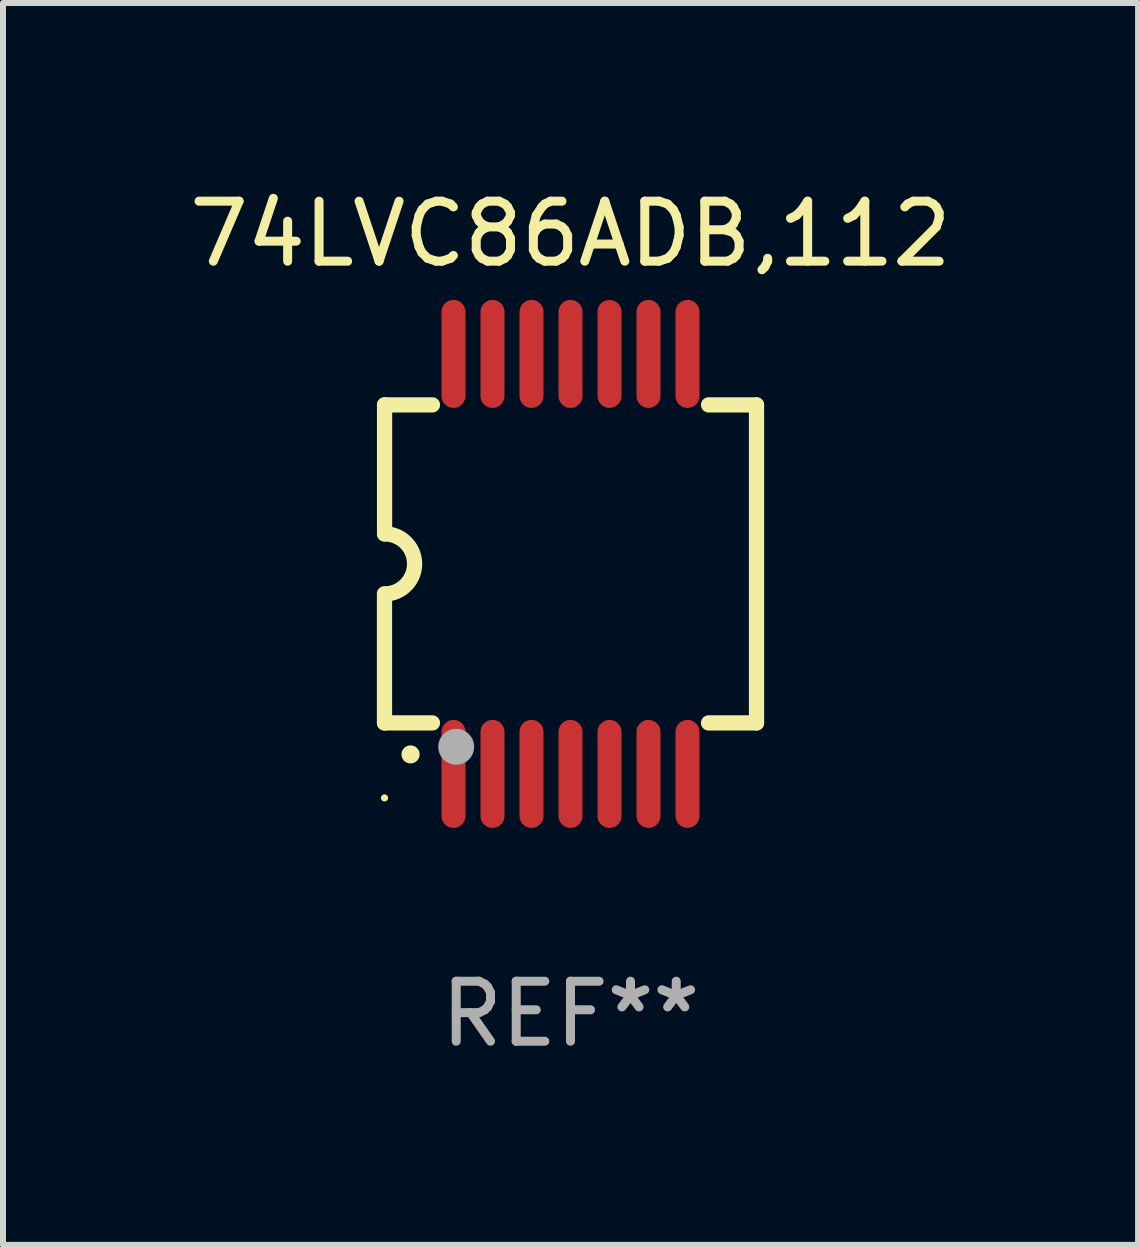
<source format=kicad_pcb>
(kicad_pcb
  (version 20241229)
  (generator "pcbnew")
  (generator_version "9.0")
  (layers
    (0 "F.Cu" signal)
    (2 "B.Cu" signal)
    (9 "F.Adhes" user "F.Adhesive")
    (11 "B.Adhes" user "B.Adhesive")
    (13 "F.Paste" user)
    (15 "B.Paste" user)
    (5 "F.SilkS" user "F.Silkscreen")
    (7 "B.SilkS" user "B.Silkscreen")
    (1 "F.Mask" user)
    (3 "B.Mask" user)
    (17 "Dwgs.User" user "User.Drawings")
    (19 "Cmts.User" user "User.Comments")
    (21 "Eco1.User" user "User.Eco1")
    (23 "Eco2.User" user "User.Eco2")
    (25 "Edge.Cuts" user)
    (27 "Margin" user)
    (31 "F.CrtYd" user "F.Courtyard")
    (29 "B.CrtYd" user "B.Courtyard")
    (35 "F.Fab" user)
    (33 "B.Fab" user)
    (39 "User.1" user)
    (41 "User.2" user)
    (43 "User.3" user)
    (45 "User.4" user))
  (footprint "74LVC86ADB,112"
    (layer "F.Cu")
    (at 6.458 6.348)
    (property "Reference" "74LVC86ADB,112" (at 0 -5.5 0) (layer "F.SilkS") (effects (font (size 1 1) (thickness 0.15))))
    (attr through_hole)
    (fp_line (start -3.1 2.65) (end -3.1 0.5) (stroke (width 0.254) (type solid)) (layer "F.SilkS"))
    (fp_line (start -3.099 -2.65) (end -2.301 -2.65) (stroke (width 0.254) (type solid)) (layer "F.SilkS"))
    (fp_line (start -3.099 -0.5) (end -3.099 -2.65) (stroke (width 0.254) (type solid)) (layer "F.SilkS"))
    (fp_line (start -2.301 2.65) (end -3.1 2.65) (stroke (width 0.254) (type solid)) (layer "F.SilkS"))
    (fp_line (start 2.301 -2.65) (end 3.1 -2.65) (stroke (width 0.254) (type solid)) (layer "F.SilkS"))
    (fp_line (start 3.1 -2.65) (end 3.1 2.65) (stroke (width 0.254) (type solid)) (layer "F.SilkS"))
    (fp_line (start 3.1 2.65) (end 2.301 2.65) (stroke (width 0.254) (type solid)) (layer "F.SilkS"))
    (fp_arc (start -3.098806 -0.500381) (mid -2.598806 0) (end -3.098806 0.500381) (stroke (width 0.254001) (type solid)) (layer "F.SilkS"))
    (fp_arc (start -2.667005 3.175006) (mid -2.665735 3.175001) (end -2.664465 3.175006) (stroke (width 0.3) (type solid)) (layer "F.SilkS"))
    (fp_circle (center -3.1 3.9) (end -3.07 3.9) (stroke (width 0.06) (type solid)) (fill no) (layer "F.SilkS"))
    (fp_circle (center -1.905 3.048) (end -1.755 3.048) (stroke (width 0.3) (type solid)) (fill no) (layer "F.Fab"))
    (fp_text user "REF**" (at 0 7.5 0) (layer "F.Fab") (effects (font (size 1 1) (thickness 0.15))))
    (pad "1" smd oval (at -1.95 3.5 270) (size 1.8 0.4) (layers "F.Cu" "F.Mask" "F.Paste"))
    (pad "2" smd oval (at -1.3 3.5 270) (size 1.8 0.4) (layers "F.Cu" "F.Mask" "F.Paste"))
    (pad "3" smd oval (at -0.65 3.5 270) (size 1.8 0.4) (layers "F.Cu" "F.Mask" "F.Paste"))
    (pad "4" smd oval (at 0 3.5 270) (size 1.8 0.4) (layers "F.Cu" "F.Mask" "F.Paste"))
    (pad "5" smd oval (at 0.65 3.5 270) (size 1.8 0.4) (layers "F.Cu" "F.Mask" "F.Paste"))
    (pad "6" smd oval (at 1.3 3.5 270) (size 1.8 0.4) (layers "F.Cu" "F.Mask" "F.Paste"))
    (pad "7" smd oval (at 1.95 3.5 270) (size 1.8 0.4) (layers "F.Cu" "F.Mask" "F.Paste"))
    (pad "8" smd oval (at 1.95 -3.5 90) (size 1.8 0.4) (layers "F.Cu" "F.Mask" "F.Paste"))
    (pad "9" smd oval (at 1.3 -3.5 90) (size 1.8 0.4) (layers "F.Cu" "F.Mask" "F.Paste"))
    (pad "10" smd oval (at 0.65 -3.5 90) (size 1.8 0.4) (layers "F.Cu" "F.Mask" "F.Paste"))
    (pad "11" smd oval (at 0 -3.5 90) (size 1.8 0.4) (layers "F.Cu" "F.Mask" "F.Paste"))
    (pad "12" smd oval (at -0.65 -3.5 90) (size 1.8 0.4) (layers "F.Cu" "F.Mask" "F.Paste"))
    (pad "13" smd oval (at -1.3 -3.5 90) (size 1.8 0.4) (layers "F.Cu" "F.Mask" "F.Paste"))
    (pad "14" smd oval (at -1.95 -3.5 90) (size 1.8 0.4) (layers "F.Cu" "F.Mask" "F.Paste")))
  (gr_rect
    (start -3 -3)
    (end 15.917 17.697)
    (stroke (width 0.1) (type default))
    (fill no)
    (layer "Edge.Cuts")))
</source>
